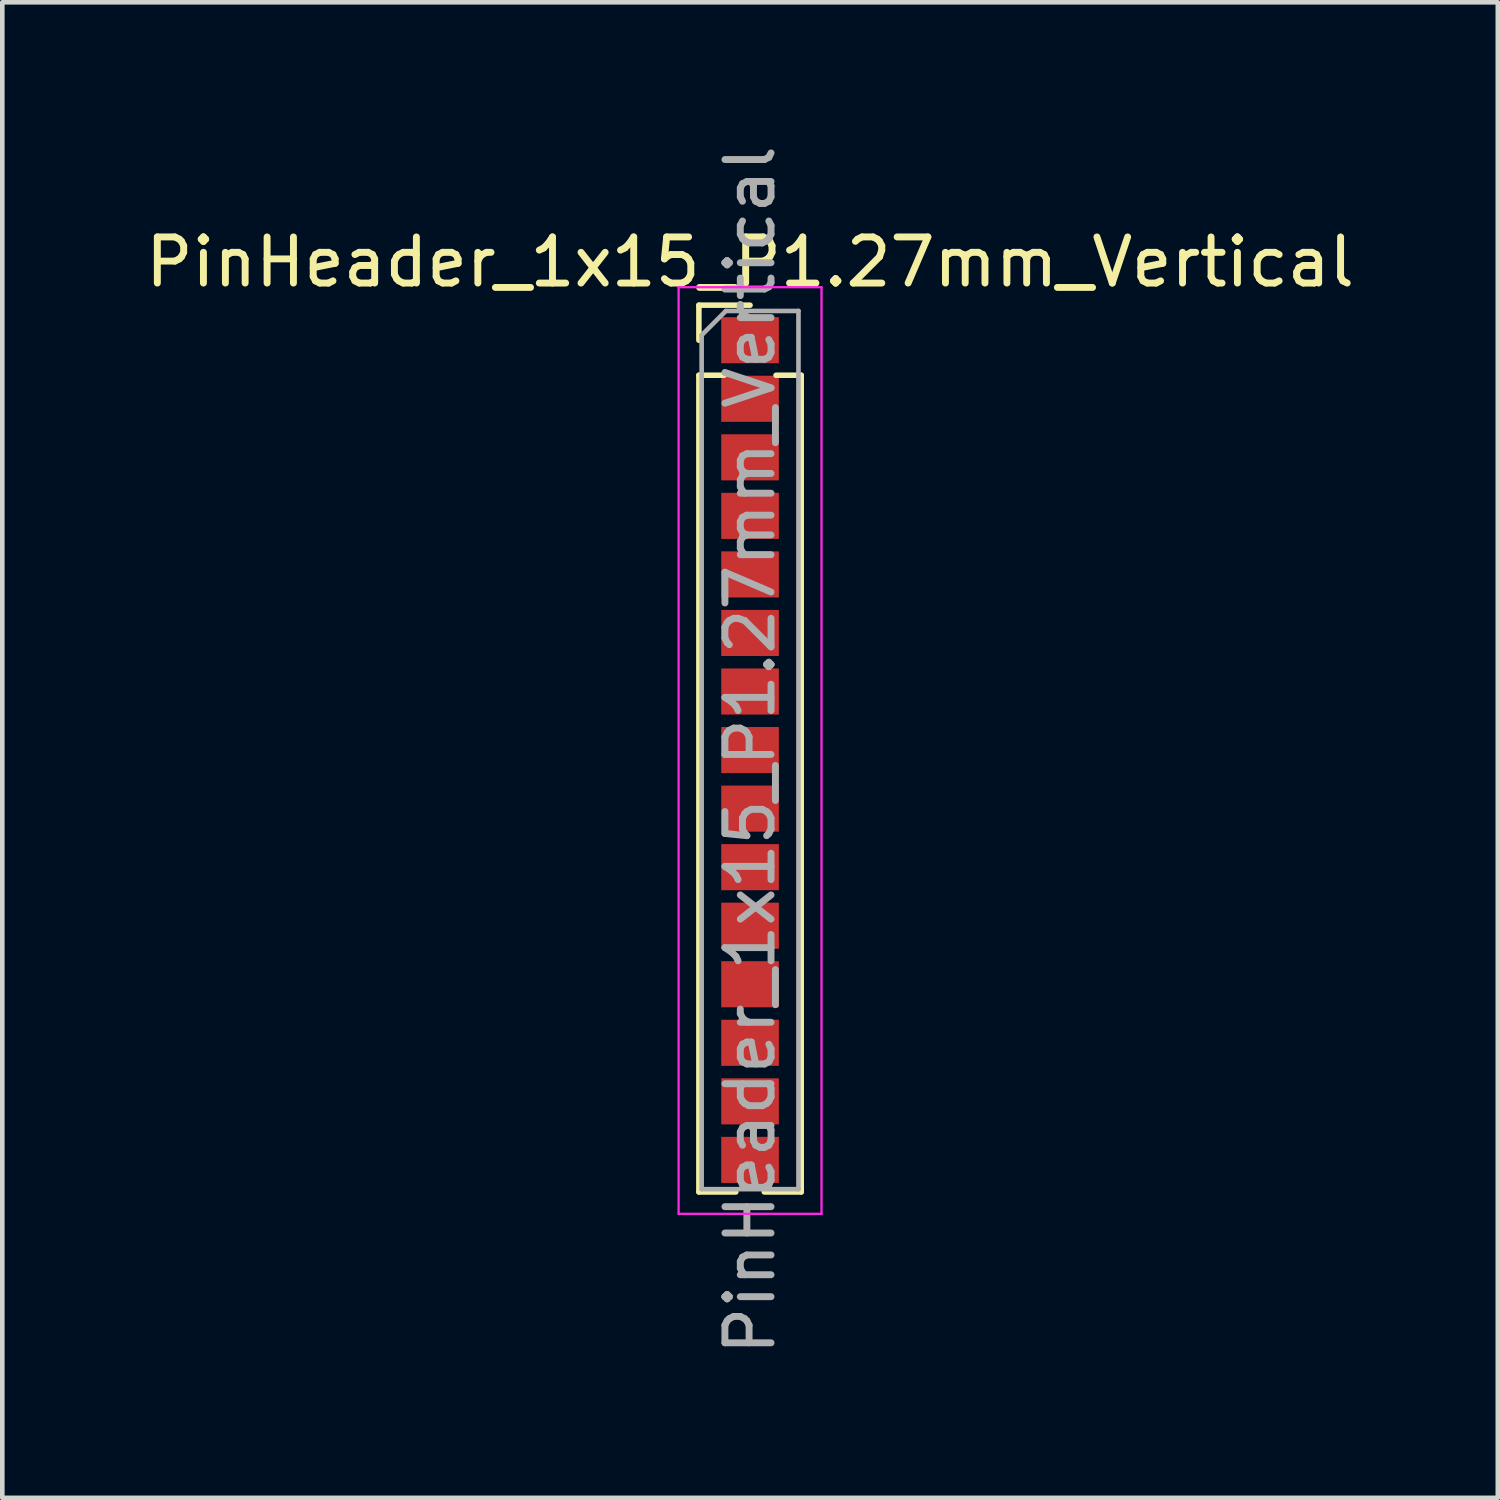
<source format=kicad_pcb>
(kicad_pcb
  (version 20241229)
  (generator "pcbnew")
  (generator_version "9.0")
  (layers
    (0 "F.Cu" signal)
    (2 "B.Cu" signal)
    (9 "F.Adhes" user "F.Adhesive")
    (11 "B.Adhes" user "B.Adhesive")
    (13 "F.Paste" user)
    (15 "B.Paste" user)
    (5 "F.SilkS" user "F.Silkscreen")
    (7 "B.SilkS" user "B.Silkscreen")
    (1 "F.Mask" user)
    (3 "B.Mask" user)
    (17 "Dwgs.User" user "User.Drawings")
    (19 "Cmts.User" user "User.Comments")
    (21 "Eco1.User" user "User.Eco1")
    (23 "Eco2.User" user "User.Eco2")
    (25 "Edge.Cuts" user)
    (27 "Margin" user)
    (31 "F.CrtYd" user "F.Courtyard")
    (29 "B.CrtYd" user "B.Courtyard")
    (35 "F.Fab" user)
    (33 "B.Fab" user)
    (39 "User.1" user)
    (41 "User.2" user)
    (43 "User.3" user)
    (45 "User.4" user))
  (footprint "PinHeader_1x15_P1.27mm_Vertical"
    (layer "F.Cu")
    (at 13.22 4.33)
    (property "Reference" "PinHeader_1x15_P1.27mm_Vertical" (at 0 -1.695 0) (layer "F.SilkS") (effects (font (size 1 1) (thickness 0.15))))
    (attr through_hole)
    (fp_line (start -1.11 -0.76) (end 0 -0.76) (stroke (width 0.12) (type solid)) (layer "F.SilkS"))
    (fp_line (start -1.11 0) (end -1.11 -0.76) (stroke (width 0.12) (type solid)) (layer "F.SilkS"))
    (fp_line (start -1.11 0.76) (end -1.11 18.475) (stroke (width 0.12) (type solid)) (layer "F.SilkS"))
    (fp_line (start -1.11 0.76) (end -0.563 0.76) (stroke (width 0.12) (type solid)) (layer "F.SilkS"))
    (fp_line (start -1.11 18.475) (end -0.308 18.475) (stroke (width 0.12) (type solid)) (layer "F.SilkS"))
    (fp_line (start 0.308 18.475) (end 1.11 18.475) (stroke (width 0.12) (type solid)) (layer "F.SilkS"))
    (fp_line (start 0.563 0.76) (end 1.11 0.76) (stroke (width 0.12) (type solid)) (layer "F.SilkS"))
    (fp_line (start 1.11 0.76) (end 1.11 18.475) (stroke (width 0.12) (type solid)) (layer "F.SilkS"))
    (fp_line (start -1.55 -1.15) (end -1.55 18.95) (stroke (width 0.05) (type solid)) (layer "F.CrtYd"))
    (fp_line (start -1.55 18.95) (end 1.55 18.95) (stroke (width 0.05) (type solid)) (layer "F.CrtYd"))
    (fp_line (start 1.55 -1.15) (end -1.55 -1.15) (stroke (width 0.05) (type solid)) (layer "F.CrtYd"))
    (fp_line (start 1.55 18.95) (end 1.55 -1.15) (stroke (width 0.05) (type solid)) (layer "F.CrtYd"))
    (fp_line (start -1.05 -0.11) (end -0.525 -0.635) (stroke (width 0.1) (type solid)) (layer "F.Fab"))
    (fp_line (start -1.05 18.415) (end -1.05 -0.11) (stroke (width 0.1) (type solid)) (layer "F.Fab"))
    (fp_line (start -0.525 -0.635) (end 1.05 -0.635) (stroke (width 0.1) (type solid)) (layer "F.Fab"))
    (fp_line (start 1.05 -0.635) (end 1.05 18.415) (stroke (width 0.1) (type solid)) (layer "F.Fab"))
    (fp_line (start 1.05 18.415) (end -1.05 18.415) (stroke (width 0.1) (type solid)) (layer "F.Fab"))
    (fp_text user "${REFERENCE}" (at 0 8.89 90) (layer "F.Fab") (effects (font (size 1 1) (thickness 0.15))))
    (pad "1" smd rect (at 0 0) (size 1.25 1) (layers "F.Cu" "F.Mask" "F.Paste"))
    (pad "2" smd rect (at 0 1.27) (size 1.25 1) (layers "F.Cu" "F.Mask" "F.Paste"))
    (pad "3" smd rect (at 0 2.54) (size 1.25 1) (layers "F.Cu" "F.Mask" "F.Paste"))
    (pad "4" smd rect (at 0 3.81) (size 1.25 1) (layers "F.Cu" "F.Mask" "F.Paste"))
    (pad "5" smd rect (at 0 5.08) (size 1.25 1) (layers "F.Cu" "F.Mask" "F.Paste"))
    (pad "6" smd rect (at 0 6.35) (size 1.25 1) (layers "F.Cu" "F.Mask" "F.Paste"))
    (pad "7" smd rect (at 0 7.62) (size 1.25 1) (layers "F.Cu" "F.Mask" "F.Paste"))
    (pad "8" smd rect (at 0 8.89) (size 1.25 1) (layers "F.Cu" "F.Mask" "F.Paste"))
    (pad "9" smd rect (at 0 10.16) (size 1.25 1) (layers "F.Cu" "F.Mask" "F.Paste"))
    (pad "10" smd rect (at 0 11.43) (size 1.25 1) (layers "F.Cu" "F.Mask" "F.Paste"))
    (pad "11" smd rect (at 0 12.7) (size 1.25 1) (layers "F.Cu" "F.Mask" "F.Paste"))
    (pad "12" smd rect (at 0 13.97) (size 1.25 1) (layers "F.Cu" "F.Mask" "F.Paste"))
    (pad "13" smd rect (at 0 15.24) (size 1.25 1) (layers "F.Cu" "F.Mask" "F.Paste"))
    (pad "14" smd rect (at 0 16.51) (size 1.25 1) (layers "F.Cu" "F.Mask" "F.Paste"))
    (pad "15" smd rect (at 0 17.78) (size 1.25 1) (layers "F.Cu" "F.Mask" "F.Paste")))
  (gr_rect
    (start -3 -3)
    (end 29.44 29.44)
    (stroke (width 0.1) (type default))
    (fill no)
    (layer "Edge.Cuts")))
</source>
